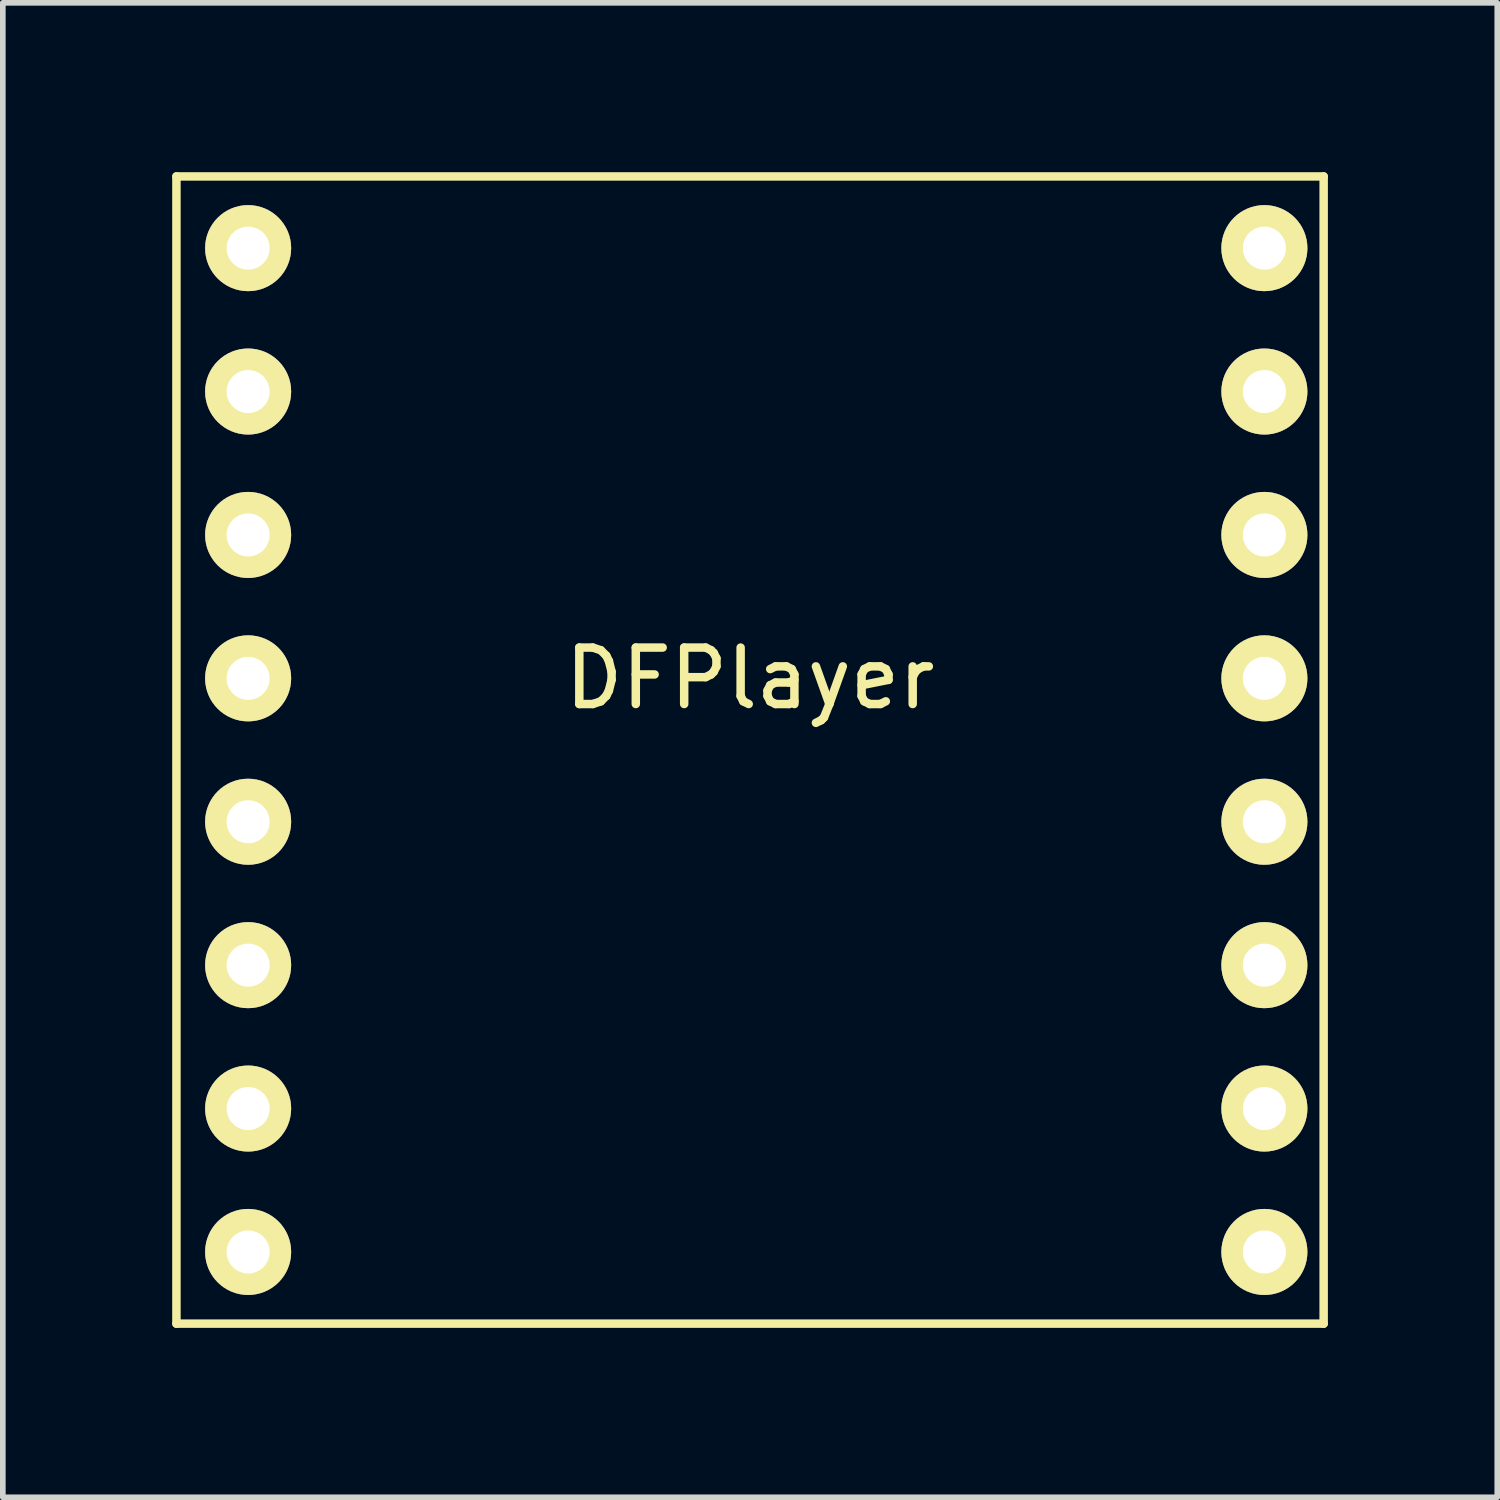
<source format=kicad_pcb>
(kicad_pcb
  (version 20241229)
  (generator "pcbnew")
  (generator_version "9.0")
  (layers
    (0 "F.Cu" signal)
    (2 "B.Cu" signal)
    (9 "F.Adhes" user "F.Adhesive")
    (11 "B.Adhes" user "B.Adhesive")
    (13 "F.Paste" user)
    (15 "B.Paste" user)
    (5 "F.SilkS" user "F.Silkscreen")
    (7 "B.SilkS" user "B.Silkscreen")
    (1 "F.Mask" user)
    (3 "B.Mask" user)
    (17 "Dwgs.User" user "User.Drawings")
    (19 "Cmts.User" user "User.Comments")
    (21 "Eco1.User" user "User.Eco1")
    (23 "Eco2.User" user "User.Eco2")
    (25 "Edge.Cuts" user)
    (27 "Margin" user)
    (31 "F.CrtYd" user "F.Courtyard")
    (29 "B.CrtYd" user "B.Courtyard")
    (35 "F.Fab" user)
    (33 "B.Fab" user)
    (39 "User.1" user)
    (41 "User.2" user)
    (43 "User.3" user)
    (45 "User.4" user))
  (footprint "DFPlayer"
    (layer "F.Cu")
    (at 10.235 10.235)
    (property "Reference" "DFPlayer" (at 0 -1.27 0) (layer "F.SilkS") (effects (font (size 1 1) (thickness 0.15))))
    (attr through_hole)
    (fp_line (start -10.16 -10.16) (end 10.16 -10.16) (stroke (width 0.15) (type solid)) (layer "F.SilkS"))
    (fp_line (start -10.16 10.16) (end -10.16 -10.16) (stroke (width 0.15) (type solid)) (layer "F.SilkS"))
    (fp_line (start 10.16 -10.16) (end 10.16 10.16) (stroke (width 0.15) (type solid)) (layer "F.SilkS"))
    (fp_line (start 10.16 10.16) (end -10.16 10.16) (stroke (width 0.15) (type solid)) (layer "F.SilkS"))
    (pad "1" thru_hole circle (at -8.89 -8.89) (size 1.524 1.524) (drill 0.762) (layers "*.Cu" "*.Mask" "F.SilkS"))
    (pad "2" thru_hole circle (at -8.89 -6.35) (size 1.524 1.524) (drill 0.762) (layers "*.Cu" "*.Mask" "F.SilkS"))
    (pad "3" thru_hole circle (at -8.89 -3.81) (size 1.524 1.524) (drill 0.762) (layers "*.Cu" "*.Mask" "F.SilkS"))
    (pad "4" thru_hole circle (at -8.89 -1.27) (size 1.524 1.524) (drill 0.762) (layers "*.Cu" "*.Mask" "F.SilkS"))
    (pad "5" thru_hole circle (at -8.89 1.27) (size 1.524 1.524) (drill 0.762) (layers "*.Cu" "*.Mask" "F.SilkS"))
    (pad "6" thru_hole circle (at -8.89 3.81) (size 1.524 1.524) (drill 0.762) (layers "*.Cu" "*.Mask" "F.SilkS"))
    (pad "7" thru_hole circle (at -8.89 6.35) (size 1.524 1.524) (drill 0.762) (layers "*.Cu" "*.Mask" "F.SilkS"))
    (pad "8" thru_hole circle (at -8.89 8.89) (size 1.524 1.524) (drill 0.762) (layers "*.Cu" "*.Mask" "F.SilkS"))
    (pad "9" thru_hole circle (at 9.11 8.89) (size 1.524 1.524) (drill 0.762) (layers "*.Cu" "*.Mask" "F.SilkS"))
    (pad "10" thru_hole circle (at 9.11 6.35) (size 1.524 1.524) (drill 0.762) (layers "*.Cu" "*.Mask" "F.SilkS"))
    (pad "11" thru_hole circle (at 9.11 3.81) (size 1.524 1.524) (drill 0.762) (layers "*.Cu" "*.Mask" "F.SilkS"))
    (pad "12" thru_hole circle (at 9.11 1.27) (size 1.524 1.524) (drill 0.762) (layers "*.Cu" "*.Mask" "F.SilkS"))
    (pad "13" thru_hole circle (at 9.11 -1.27) (size 1.524 1.524) (drill 0.762) (layers "*.Cu" "*.Mask" "F.SilkS"))
    (pad "14" thru_hole circle (at 9.11 -3.81) (size 1.524 1.524) (drill 0.762) (layers "*.Cu" "*.Mask" "F.SilkS"))
    (pad "15" thru_hole circle (at 9.11 -6.35) (size 1.524 1.524) (drill 0.762) (layers "*.Cu" "*.Mask" "F.SilkS"))
    (pad "16" thru_hole circle (at 9.11 -8.89) (size 1.524 1.524) (drill 0.762) (layers "*.Cu" "*.Mask" "F.SilkS")))
  (gr_rect
    (start -3 -3)
    (end 23.47 23.47)
    (stroke (width 0.1) (type default))
    (fill no)
    (layer "Edge.Cuts")))
</source>
